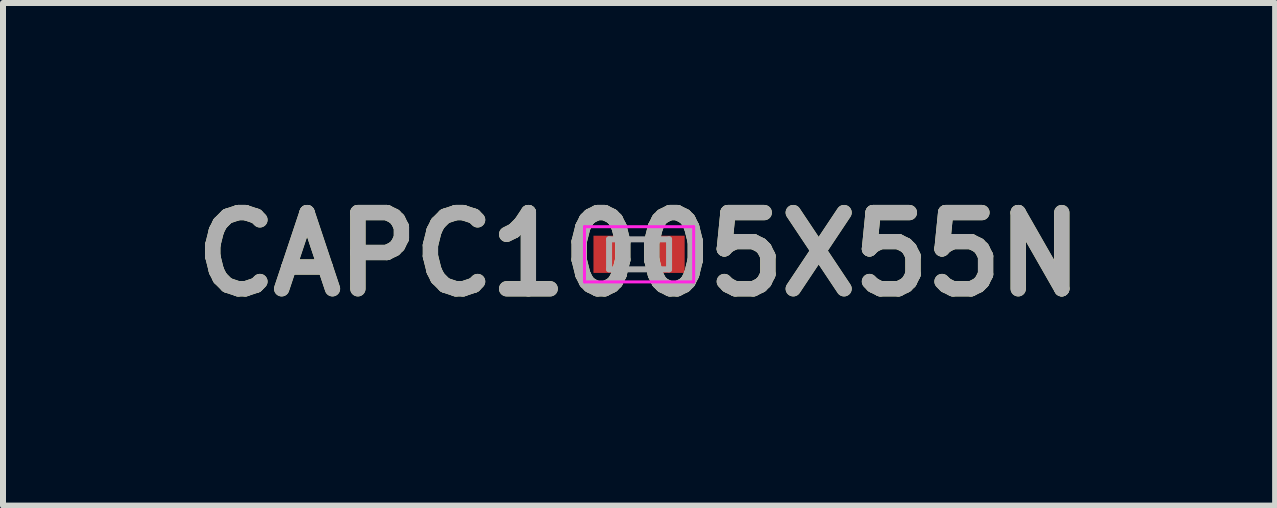
<source format=kicad_pcb>
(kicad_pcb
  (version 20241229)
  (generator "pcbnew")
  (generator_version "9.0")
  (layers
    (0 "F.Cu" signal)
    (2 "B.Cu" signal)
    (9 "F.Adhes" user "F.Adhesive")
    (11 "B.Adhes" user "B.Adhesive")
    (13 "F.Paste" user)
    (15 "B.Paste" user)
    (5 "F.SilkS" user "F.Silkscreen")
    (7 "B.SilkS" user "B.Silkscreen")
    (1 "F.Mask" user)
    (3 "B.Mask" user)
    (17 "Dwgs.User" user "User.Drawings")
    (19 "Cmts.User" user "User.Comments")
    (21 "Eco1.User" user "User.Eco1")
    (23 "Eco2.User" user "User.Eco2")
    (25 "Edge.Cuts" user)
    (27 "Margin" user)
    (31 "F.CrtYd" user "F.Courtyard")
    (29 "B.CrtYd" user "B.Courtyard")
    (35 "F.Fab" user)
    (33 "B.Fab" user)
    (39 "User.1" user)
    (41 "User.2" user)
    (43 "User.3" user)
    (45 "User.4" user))
  (footprint "CAPC1005X55N"
    (layer "F.Cu")
    (at 7.602 1.189)
    (property "Reference" "CAPC1005X55N" (at 0 0 0) (layer "F.SilkS") (effects (font (size 1.27 1.27) (thickness 0.254))))
    (attr smd)
    (fp_line (start -0.91 -0.46) (end 0.91 -0.46) (stroke (width 0.05) (type solid)) (layer "F.CrtYd"))
    (fp_line (start -0.91 0.46) (end -0.91 -0.46) (stroke (width 0.05) (type solid)) (layer "F.CrtYd"))
    (fp_line (start 0.91 -0.46) (end 0.91 0.46) (stroke (width 0.05) (type solid)) (layer "F.CrtYd"))
    (fp_line (start 0.91 0.46) (end -0.91 0.46) (stroke (width 0.05) (type solid)) (layer "F.CrtYd"))
    (fp_line (start -0.5 -0.25) (end 0.5 -0.25) (stroke (width 0.1) (type solid)) (layer "F.Fab"))
    (fp_line (start -0.5 0.25) (end -0.5 -0.25) (stroke (width 0.1) (type solid)) (layer "F.Fab"))
    (fp_line (start 0.5 -0.25) (end 0.5 0.25) (stroke (width 0.1) (type solid)) (layer "F.Fab"))
    (fp_line (start 0.5 0.25) (end -0.5 0.25) (stroke (width 0.1) (type solid)) (layer "F.Fab"))
    (fp_text user "${REFERENCE}" (at 0 0 0) (layer "F.Fab") (effects (font (size 1.27 1.27) (thickness 0.254))))
    (pad "1" smd rect (at -0.55 0) (size 0.42 0.62) (layers "F.Cu" "F.Mask" "F.Paste"))
    (pad "2" smd rect (at 0.55 0) (size 0.42 0.62) (layers "F.Cu" "F.Mask" "F.Paste")))
  (gr_rect
    (start -3 -3)
    (end 18.204 5.377)
    (stroke (width 0.1) (type default))
    (fill no)
    (layer "Edge.Cuts")))
</source>
